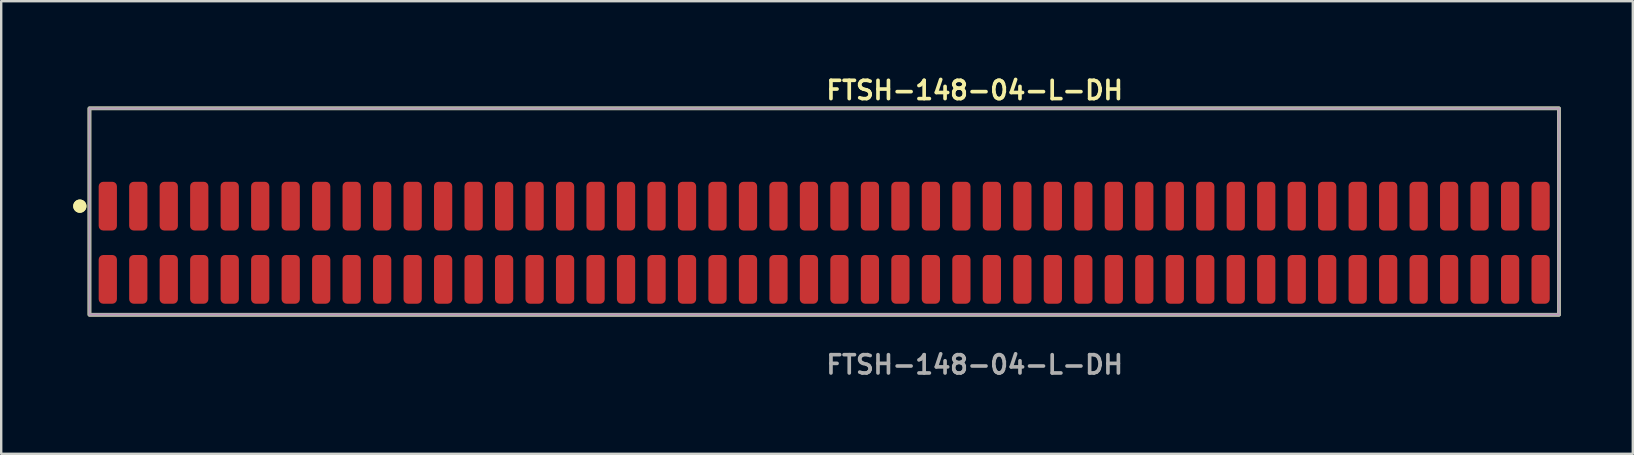
<source format=kicad_pcb>
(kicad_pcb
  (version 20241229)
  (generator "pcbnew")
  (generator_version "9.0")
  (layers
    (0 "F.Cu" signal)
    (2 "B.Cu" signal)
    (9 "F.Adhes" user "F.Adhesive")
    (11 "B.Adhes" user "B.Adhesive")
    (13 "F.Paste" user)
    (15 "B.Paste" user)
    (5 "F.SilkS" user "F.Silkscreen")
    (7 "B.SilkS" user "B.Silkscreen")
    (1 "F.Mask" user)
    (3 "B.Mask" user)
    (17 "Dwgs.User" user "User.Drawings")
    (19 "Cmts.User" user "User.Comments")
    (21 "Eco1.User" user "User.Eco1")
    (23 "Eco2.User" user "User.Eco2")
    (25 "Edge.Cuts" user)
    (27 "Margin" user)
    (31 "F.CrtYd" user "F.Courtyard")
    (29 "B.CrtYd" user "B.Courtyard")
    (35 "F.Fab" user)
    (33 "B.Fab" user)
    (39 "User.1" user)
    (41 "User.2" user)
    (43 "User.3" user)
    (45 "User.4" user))
  (footprint "FTSH-148-04-L-DH"
    (layer "F.Cu")
    (at 31.286 7.063)
    (property "Reference" "FTSH-148-04-L-DH" (at 0 -6.35 0) (unlocked yes) (layer "F.SilkS") (effects (font (size 0.762 0.762) (thickness 0.152)) (justify left)))
    (fp_rect (start -30.61 3) (end 30.61 -5.6) (stroke (width 0.152) (type solid)) (fill no) (layer "F.SilkS"))
    (fp_circle (center -31.01 -1.525) (end -31.21 -1.525) (stroke (width 0.152) (type solid)) (fill yes) (layer "F.SilkS"))
    (fp_circle (center -31.01 -1.525) (end -31.21 -1.525) (stroke (width 0.152) (type solid)) (fill yes) (layer "F.SilkS"))
    (fp_rect (start -30.61 3) (end 30.61 -5.6) (stroke (width 0.006) (type solid)) (fill no) (layer "F.CrtYd"))
    (fp_rect (start -30.61 3) (end 30.61 -5.6) (stroke (width 0.152) (type solid)) (fill no) (layer "F.Fab"))
    (fp_text user "${REFERENCE}" (at 0 5.08 0) (unlocked yes) (layer "F.Fab") (effects (font (size 0.762 0.762) (thickness 0.152)) (justify left)))
    (pad "1" smd roundrect (at -29.845 -1.525) (size 0.76 2.03) (layers "F.Cu" "F.Paste") (roundrect_rratio 0.25))
    (pad "2" smd roundrect (at -29.845 1.525) (size 0.76 2.03) (layers "F.Cu" "F.Paste") (roundrect_rratio 0.25))
    (pad "3" smd roundrect (at -28.575 -1.525) (size 0.76 2.03) (layers "F.Cu" "F.Paste") (roundrect_rratio 0.25))
    (pad "4" smd roundrect (at -28.575 1.525) (size 0.76 2.03) (layers "F.Cu" "F.Paste") (roundrect_rratio 0.25))
    (pad "5" smd roundrect (at -27.305 -1.525) (size 0.76 2.03) (layers "F.Cu" "F.Paste") (roundrect_rratio 0.25))
    (pad "6" smd roundrect (at -27.305 1.525) (size 0.76 2.03) (layers "F.Cu" "F.Paste") (roundrect_rratio 0.25))
    (pad "7" smd roundrect (at -26.035 -1.525) (size 0.76 2.03) (layers "F.Cu" "F.Paste") (roundrect_rratio 0.25))
    (pad "8" smd roundrect (at -26.035 1.525) (size 0.76 2.03) (layers "F.Cu" "F.Paste") (roundrect_rratio 0.25))
    (pad "9" smd roundrect (at -24.765 -1.525) (size 0.76 2.03) (layers "F.Cu" "F.Paste") (roundrect_rratio 0.25))
    (pad "10" smd roundrect (at -24.765 1.525) (size 0.76 2.03) (layers "F.Cu" "F.Paste") (roundrect_rratio 0.25))
    (pad "11" smd roundrect (at -23.495 -1.525) (size 0.76 2.03) (layers "F.Cu" "F.Paste") (roundrect_rratio 0.25))
    (pad "12" smd roundrect (at -23.495 1.525) (size 0.76 2.03) (layers "F.Cu" "F.Paste") (roundrect_rratio 0.25))
    (pad "13" smd roundrect (at -22.225 -1.525) (size 0.76 2.03) (layers "F.Cu" "F.Paste") (roundrect_rratio 0.25))
    (pad "14" smd roundrect (at -22.225 1.525) (size 0.76 2.03) (layers "F.Cu" "F.Paste") (roundrect_rratio 0.25))
    (pad "15" smd roundrect (at -20.955 -1.525) (size 0.76 2.03) (layers "F.Cu" "F.Paste") (roundrect_rratio 0.25))
    (pad "16" smd roundrect (at -20.955 1.525) (size 0.76 2.03) (layers "F.Cu" "F.Paste") (roundrect_rratio 0.25))
    (pad "17" smd roundrect (at -19.685 -1.525) (size 0.76 2.03) (layers "F.Cu" "F.Paste") (roundrect_rratio 0.25))
    (pad "18" smd roundrect (at -19.685 1.525) (size 0.76 2.03) (layers "F.Cu" "F.Paste") (roundrect_rratio 0.25))
    (pad "19" smd roundrect (at -18.415 -1.525) (size 0.76 2.03) (layers "F.Cu" "F.Paste") (roundrect_rratio 0.25))
    (pad "20" smd roundrect (at -18.415 1.525) (size 0.76 2.03) (layers "F.Cu" "F.Paste") (roundrect_rratio 0.25))
    (pad "21" smd roundrect (at -17.145 -1.525) (size 0.76 2.03) (layers "F.Cu" "F.Paste") (roundrect_rratio 0.25))
    (pad "22" smd roundrect (at -17.145 1.525) (size 0.76 2.03) (layers "F.Cu" "F.Paste") (roundrect_rratio 0.25))
    (pad "23" smd roundrect (at -15.875 -1.525) (size 0.76 2.03) (layers "F.Cu" "F.Paste") (roundrect_rratio 0.25))
    (pad "24" smd roundrect (at -15.875 1.525) (size 0.76 2.03) (layers "F.Cu" "F.Paste") (roundrect_rratio 0.25))
    (pad "25" smd roundrect (at -14.605 -1.525) (size 0.76 2.03) (layers "F.Cu" "F.Paste") (roundrect_rratio 0.25))
    (pad "26" smd roundrect (at -14.605 1.525) (size 0.76 2.03) (layers "F.Cu" "F.Paste") (roundrect_rratio 0.25))
    (pad "27" smd roundrect (at -13.335 -1.525) (size 0.76 2.03) (layers "F.Cu" "F.Paste") (roundrect_rratio 0.25))
    (pad "28" smd roundrect (at -13.335 1.525) (size 0.76 2.03) (layers "F.Cu" "F.Paste") (roundrect_rratio 0.25))
    (pad "29" smd roundrect (at -12.065 -1.525) (size 0.76 2.03) (layers "F.Cu" "F.Paste") (roundrect_rratio 0.25))
    (pad "30" smd roundrect (at -12.065 1.525) (size 0.76 2.03) (layers "F.Cu" "F.Paste") (roundrect_rratio 0.25))
    (pad "31" smd roundrect (at -10.795 -1.525) (size 0.76 2.03) (layers "F.Cu" "F.Paste") (roundrect_rratio 0.25))
    (pad "32" smd roundrect (at -10.795 1.525) (size 0.76 2.03) (layers "F.Cu" "F.Paste") (roundrect_rratio 0.25))
    (pad "33" smd roundrect (at -9.525 -1.525) (size 0.76 2.03) (layers "F.Cu" "F.Paste") (roundrect_rratio 0.25))
    (pad "34" smd roundrect (at -9.525 1.525) (size 0.76 2.03) (layers "F.Cu" "F.Paste") (roundrect_rratio 0.25))
    (pad "35" smd roundrect (at -8.255 -1.525) (size 0.76 2.03) (layers "F.Cu" "F.Paste") (roundrect_rratio 0.25))
    (pad "36" smd roundrect (at -8.255 1.525) (size 0.76 2.03) (layers "F.Cu" "F.Paste") (roundrect_rratio 0.25))
    (pad "37" smd roundrect (at -6.985 -1.525) (size 0.76 2.03) (layers "F.Cu" "F.Paste") (roundrect_rratio 0.25))
    (pad "38" smd roundrect (at -6.985 1.525) (size 0.76 2.03) (layers "F.Cu" "F.Paste") (roundrect_rratio 0.25))
    (pad "39" smd roundrect (at -5.715 -1.525) (size 0.76 2.03) (layers "F.Cu" "F.Paste") (roundrect_rratio 0.25))
    (pad "40" smd roundrect (at -5.715 1.525) (size 0.76 2.03) (layers "F.Cu" "F.Paste") (roundrect_rratio 0.25))
    (pad "41" smd roundrect (at -4.445 -1.525) (size 0.76 2.03) (layers "F.Cu" "F.Paste") (roundrect_rratio 0.25))
    (pad "42" smd roundrect (at -4.445 1.525) (size 0.76 2.03) (layers "F.Cu" "F.Paste") (roundrect_rratio 0.25))
    (pad "43" smd roundrect (at -3.175 -1.525) (size 0.76 2.03) (layers "F.Cu" "F.Paste") (roundrect_rratio 0.25))
    (pad "44" smd roundrect (at -3.175 1.525) (size 0.76 2.03) (layers "F.Cu" "F.Paste") (roundrect_rratio 0.25))
    (pad "45" smd roundrect (at -1.905 -1.525) (size 0.76 2.03) (layers "F.Cu" "F.Paste") (roundrect_rratio 0.25))
    (pad "46" smd roundrect (at -1.905 1.525) (size 0.76 2.03) (layers "F.Cu" "F.Paste") (roundrect_rratio 0.25))
    (pad "47" smd roundrect (at -0.635 -1.525) (size 0.76 2.03) (layers "F.Cu" "F.Paste") (roundrect_rratio 0.25))
    (pad "48" smd roundrect (at -0.635 1.525) (size 0.76 2.03) (layers "F.Cu" "F.Paste") (roundrect_rratio 0.25))
    (pad "49" smd roundrect (at 0.635 -1.525) (size 0.76 2.03) (layers "F.Cu" "F.Paste") (roundrect_rratio 0.25))
    (pad "50" smd roundrect (at 0.635 1.525) (size 0.76 2.03) (layers "F.Cu" "F.Paste") (roundrect_rratio 0.25))
    (pad "51" smd roundrect (at 1.905 -1.525) (size 0.76 2.03) (layers "F.Cu" "F.Paste") (roundrect_rratio 0.25))
    (pad "52" smd roundrect (at 1.905 1.525) (size 0.76 2.03) (layers "F.Cu" "F.Paste") (roundrect_rratio 0.25))
    (pad "53" smd roundrect (at 3.175 -1.525) (size 0.76 2.03) (layers "F.Cu" "F.Paste") (roundrect_rratio 0.25))
    (pad "54" smd roundrect (at 3.175 1.525) (size 0.76 2.03) (layers "F.Cu" "F.Paste") (roundrect_rratio 0.25))
    (pad "55" smd roundrect (at 4.445 -1.525) (size 0.76 2.03) (layers "F.Cu" "F.Paste") (roundrect_rratio 0.25))
    (pad "56" smd roundrect (at 4.445 1.525) (size 0.76 2.03) (layers "F.Cu" "F.Paste") (roundrect_rratio 0.25))
    (pad "57" smd roundrect (at 5.715 -1.525) (size 0.76 2.03) (layers "F.Cu" "F.Paste") (roundrect_rratio 0.25))
    (pad "58" smd roundrect (at 5.715 1.525) (size 0.76 2.03) (layers "F.Cu" "F.Paste") (roundrect_rratio 0.25))
    (pad "59" smd roundrect (at 6.985 -1.525) (size 0.76 2.03) (layers "F.Cu" "F.Paste") (roundrect_rratio 0.25))
    (pad "60" smd roundrect (at 6.985 1.525) (size 0.76 2.03) (layers "F.Cu" "F.Paste") (roundrect_rratio 0.25))
    (pad "61" smd roundrect (at 8.255 -1.525) (size 0.76 2.03) (layers "F.Cu" "F.Paste") (roundrect_rratio 0.25))
    (pad "62" smd roundrect (at 8.255 1.525) (size 0.76 2.03) (layers "F.Cu" "F.Paste") (roundrect_rratio 0.25))
    (pad "63" smd roundrect (at 9.525 -1.525) (size 0.76 2.03) (layers "F.Cu" "F.Paste") (roundrect_rratio 0.25))
    (pad "64" smd roundrect (at 9.525 1.525) (size 0.76 2.03) (layers "F.Cu" "F.Paste") (roundrect_rratio 0.25))
    (pad "65" smd roundrect (at 10.795 -1.525) (size 0.76 2.03) (layers "F.Cu" "F.Paste") (roundrect_rratio 0.25))
    (pad "66" smd roundrect (at 10.795 1.525) (size 0.76 2.03) (layers "F.Cu" "F.Paste") (roundrect_rratio 0.25))
    (pad "67" smd roundrect (at 12.065 -1.525) (size 0.76 2.03) (layers "F.Cu" "F.Paste") (roundrect_rratio 0.25))
    (pad "68" smd roundrect (at 12.065 1.525) (size 0.76 2.03) (layers "F.Cu" "F.Paste") (roundrect_rratio 0.25))
    (pad "69" smd roundrect (at 13.335 -1.525) (size 0.76 2.03) (layers "F.Cu" "F.Paste") (roundrect_rratio 0.25))
    (pad "70" smd roundrect (at 13.335 1.525) (size 0.76 2.03) (layers "F.Cu" "F.Paste") (roundrect_rratio 0.25))
    (pad "71" smd roundrect (at 14.605 -1.525) (size 0.76 2.03) (layers "F.Cu" "F.Paste") (roundrect_rratio 0.25))
    (pad "72" smd roundrect (at 14.605 1.525) (size 0.76 2.03) (layers "F.Cu" "F.Paste") (roundrect_rratio 0.25))
    (pad "73" smd roundrect (at 15.875 -1.525) (size 0.76 2.03) (layers "F.Cu" "F.Paste") (roundrect_rratio 0.25))
    (pad "74" smd roundrect (at 15.875 1.525) (size 0.76 2.03) (layers "F.Cu" "F.Paste") (roundrect_rratio 0.25))
    (pad "75" smd roundrect (at 17.145 -1.525) (size 0.76 2.03) (layers "F.Cu" "F.Paste") (roundrect_rratio 0.25))
    (pad "76" smd roundrect (at 17.145 1.525) (size 0.76 2.03) (layers "F.Cu" "F.Paste") (roundrect_rratio 0.25))
    (pad "77" smd roundrect (at 18.415 -1.525) (size 0.76 2.03) (layers "F.Cu" "F.Paste") (roundrect_rratio 0.25))
    (pad "78" smd roundrect (at 18.415 1.525) (size 0.76 2.03) (layers "F.Cu" "F.Paste") (roundrect_rratio 0.25))
    (pad "79" smd roundrect (at 19.685 -1.525) (size 0.76 2.03) (layers "F.Cu" "F.Paste") (roundrect_rratio 0.25))
    (pad "80" smd roundrect (at 19.685 1.525) (size 0.76 2.03) (layers "F.Cu" "F.Paste") (roundrect_rratio 0.25))
    (pad "81" smd roundrect (at 20.955 -1.525) (size 0.76 2.03) (layers "F.Cu" "F.Paste") (roundrect_rratio 0.25))
    (pad "82" smd roundrect (at 20.955 1.525) (size 0.76 2.03) (layers "F.Cu" "F.Paste") (roundrect_rratio 0.25))
    (pad "83" smd roundrect (at 22.225 -1.525) (size 0.76 2.03) (layers "F.Cu" "F.Paste") (roundrect_rratio 0.25))
    (pad "84" smd roundrect (at 22.225 1.525) (size 0.76 2.03) (layers "F.Cu" "F.Paste") (roundrect_rratio 0.25))
    (pad "85" smd roundrect (at 23.495 -1.525) (size 0.76 2.03) (layers "F.Cu" "F.Paste") (roundrect_rratio 0.25))
    (pad "86" smd roundrect (at 23.495 1.525) (size 0.76 2.03) (layers "F.Cu" "F.Paste") (roundrect_rratio 0.25))
    (pad "87" smd roundrect (at 24.765 -1.525) (size 0.76 2.03) (layers "F.Cu" "F.Paste") (roundrect_rratio 0.25))
    (pad "88" smd roundrect (at 24.765 1.525) (size 0.76 2.03) (layers "F.Cu" "F.Paste") (roundrect_rratio 0.25))
    (pad "89" smd roundrect (at 26.035 -1.525) (size 0.76 2.03) (layers "F.Cu" "F.Paste") (roundrect_rratio 0.25))
    (pad "90" smd roundrect (at 26.035 1.525) (size 0.76 2.03) (layers "F.Cu" "F.Paste") (roundrect_rratio 0.25))
    (pad "91" smd roundrect (at 27.305 -1.525) (size 0.76 2.03) (layers "F.Cu" "F.Paste") (roundrect_rratio 0.25))
    (pad "92" smd roundrect (at 27.305 1.525) (size 0.76 2.03) (layers "F.Cu" "F.Paste") (roundrect_rratio 0.25))
    (pad "93" smd roundrect (at 28.575 -1.525) (size 0.76 2.03) (layers "F.Cu" "F.Paste") (roundrect_rratio 0.25))
    (pad "94" smd roundrect (at 28.575 1.525) (size 0.76 2.03) (layers "F.Cu" "F.Paste") (roundrect_rratio 0.25))
    (pad "95" smd roundrect (at 29.845 -1.525) (size 0.76 2.03) (layers "F.Cu" "F.Paste") (roundrect_rratio 0.25))
    (pad "96" smd roundrect (at 29.845 1.525) (size 0.76 2.03) (layers "F.Cu" "F.Paste") (roundrect_rratio 0.25)))
  (gr_rect
    (start -3 -3)
    (end 64.972 15.856)
    (stroke (width 0.1) (type default))
    (fill no)
    (layer "Edge.Cuts")))
</source>
